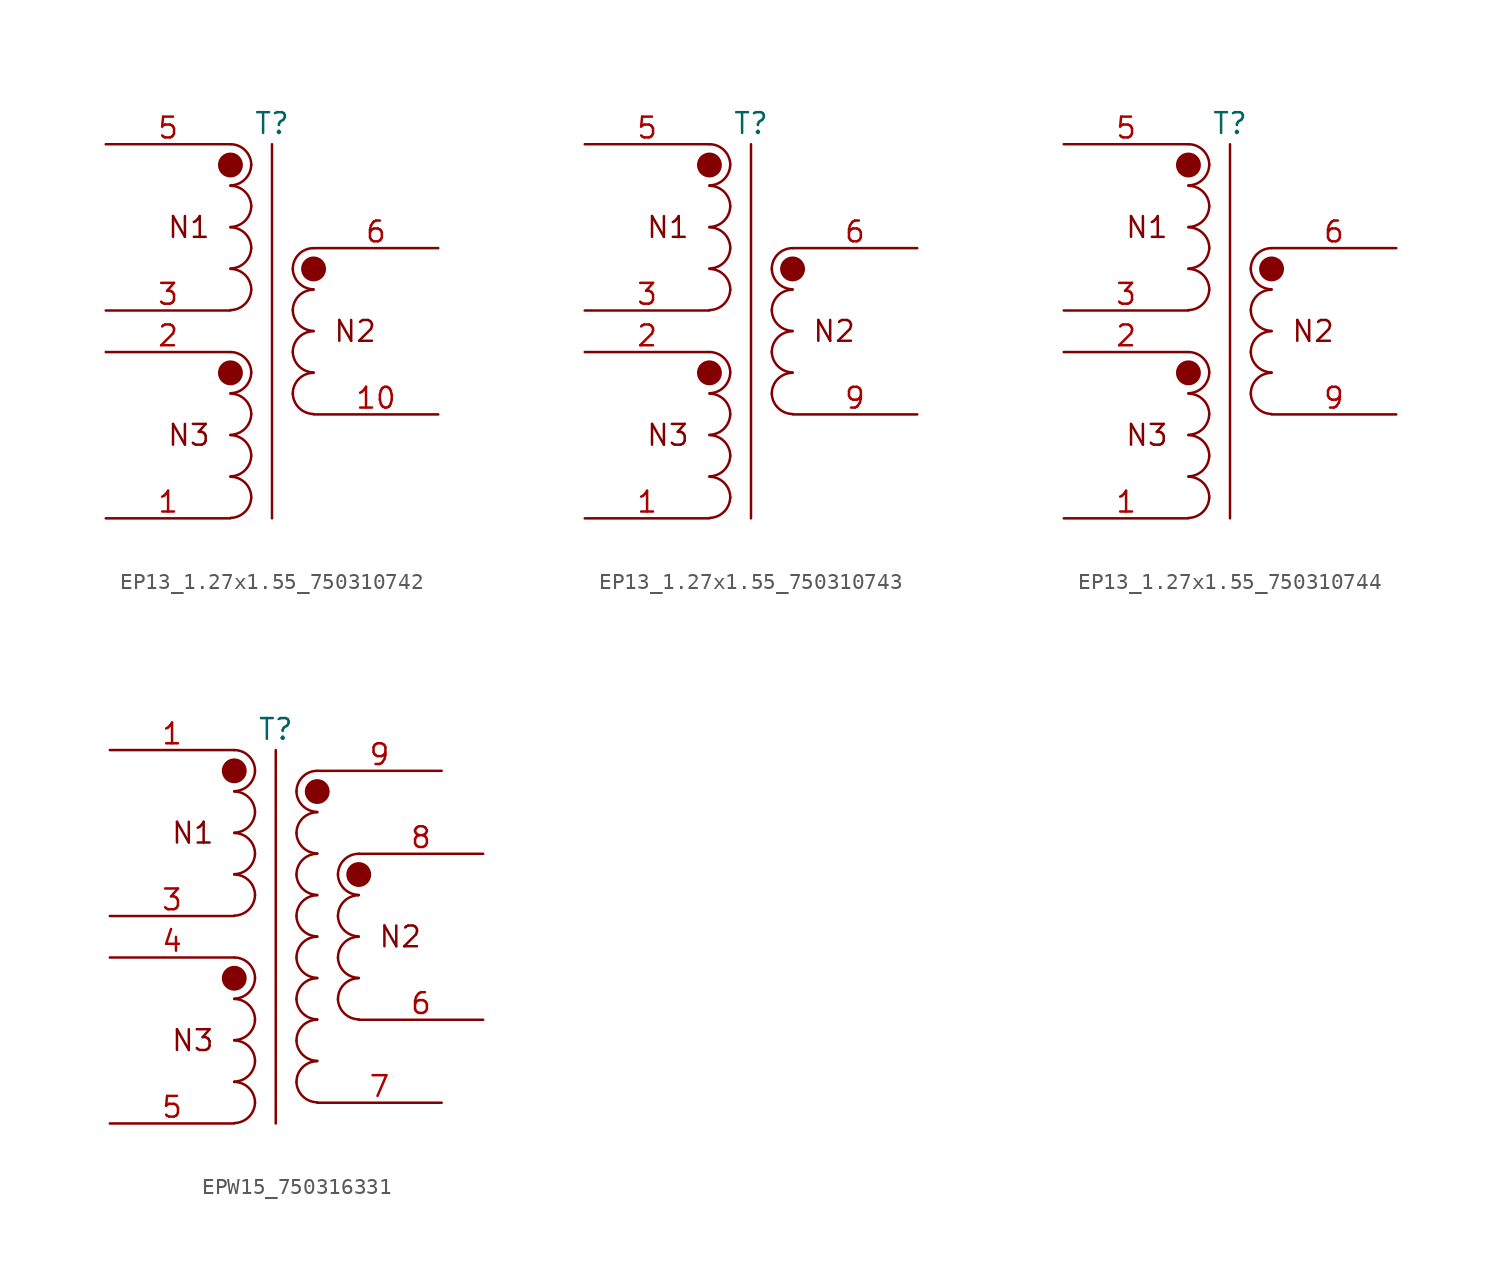
<source format=kicad_sym>
(kicad_symbol_lib
  (version 20220914)
  (generator kicad_symbol_editor)
  (symbol "EP13_1.27x1.55_750310742"
    (pin_names hide)
    (property "Reference" "T"
      (at 0 12.7 0)
      (effects (font (size 1.27 1.27))))
    (property "Critical Parameter" ""
      (at 0 -5.08 0)
      (effects (font (size 1.27 1.27)) (justify left)))
    (symbol "EP13_1.27x1.55_750310742_0_1"
      (arc (start -2.54 -11.4046) (mid -1.6561 -11.0363) (end -1.27 -10.16) (stroke (width 0) (type default)) (fill (type none)))
      (arc (start -2.54 -8.8646) (mid -1.6561 -8.4963) (end -1.27 -7.62) (stroke (width 0) (type default)) (fill (type none)))
      (arc (start -2.54 -6.3246) (mid -1.6561 -5.9563) (end -1.27 -5.08) (stroke (width 0) (type default)) (fill (type none)))
      (arc (start -2.54 -3.7846) (mid -1.6561 -3.4163) (end -1.27 -2.54) (stroke (width 0) (type default)) (fill (type none)))
      (arc (start -2.54 1.2954) (mid -1.6561 1.6637) (end -1.27 2.54) (stroke (width 0) (type default)) (fill (type none)))
      (arc (start -2.54 3.8354) (mid -1.6561 4.2037) (end -1.27 5.08) (stroke (width 0) (type default)) (fill (type none)))
      (arc (start -2.54 6.3754) (mid -1.6561 6.7437) (end -1.27 7.62) (stroke (width 0) (type default)) (fill (type none)))
      (arc (start -2.54 8.9154) (mid -1.6561 9.2837) (end -1.27 10.16) (stroke (width 0) (type default)) (fill (type none)))
      (arc (start -1.27 -10.16) (mid -1.642 -9.262) (end -2.54 -8.89) (stroke (width 0) (type default)) (fill (type none)))
      (arc (start -1.27 -7.62) (mid -1.642 -6.722) (end -2.54 -6.35) (stroke (width 0) (type default)) (fill (type none)))
      (arc (start -1.27 -5.08) (mid -1.642 -4.182) (end -2.54 -3.81) (stroke (width 0) (type default)) (fill (type none)))
      (arc (start -1.27 -2.54) (mid -1.642 -1.642) (end -2.54 -1.27) (stroke (width 0) (type default)) (fill (type none)))
      (arc (start -1.27 2.54) (mid -1.642 3.438) (end -2.54 3.81) (stroke (width 0) (type default)) (fill (type none)))
      (arc (start -1.27 5.08) (mid -1.642 5.978) (end -2.54 6.35) (stroke (width 0) (type default)) (fill (type none)))
      (arc (start -1.27 7.62) (mid -1.642 8.518) (end -2.54 8.89) (stroke (width 0) (type default)) (fill (type none)))
      (arc (start -1.27 10.16) (mid -1.642 11.058) (end -2.54 11.43) (stroke (width 0) (type default)) (fill (type none)))
      (polyline (pts (xy 0 -11.43) (xy 0 11.43)) (stroke (width 0) (type default)) (fill (type none)))
      (arc (start 1.27 -3.81) (mid 1.6561 -4.6863) (end 2.54 -5.0546) (stroke (width 0) (type default)) (fill (type none)))
      (arc (start 1.27 -1.27) (mid 1.6561 -2.1463) (end 2.54 -2.5146) (stroke (width 0) (type default)) (fill (type none)))
      (arc (start 1.27 1.27) (mid 1.6561 0.3937) (end 2.54 0.0254) (stroke (width 0) (type default)) (fill (type none)))
      (arc (start 1.27 3.81) (mid 1.6561 2.9337) (end 2.54 2.5654) (stroke (width 0) (type default)) (fill (type none)))
      (arc (start 2.54 -2.54) (mid 1.642 -2.912) (end 1.27 -3.81) (stroke (width 0) (type default)) (fill (type none)))
      (arc (start 2.54 0) (mid 1.642 -0.372) (end 1.27 -1.27) (stroke (width 0) (type default)) (fill (type none)))
      (arc (start 2.54 2.54) (mid 1.642 2.168) (end 1.27 1.27) (stroke (width 0) (type default)) (fill (type none)))
      (arc (start 2.54 5.08) (mid 1.642 4.708) (end 1.27 3.81) (stroke (width 0) (type default)) (fill (type none))))
    (symbol "EP13_1.27x1.55_750310742_1_1"
      (circle (center -2.54 -2.54) (radius 0.0001) (stroke (width 0.762) (type default)) (fill (type none)))
      (circle (center -2.54 10.16) (radius 0.0001) (stroke (width 0.762) (type default)) (fill (type none)))
      (circle (center 2.54 3.81) (radius 0.0001) (stroke (width 0.762) (type default)) (fill (type none)))
      (text "N1" (at -5.08 6.35 0) (effects (font (size 1.27 1.27))))
      (text "N2" (at 5.08 0 0) (effects (font (size 1.27 1.27))))
      (text "N3" (at -5.08 -6.35 0) (effects (font (size 1.27 1.27))))
      (pin passive line (at -10.16 -11.43 0) (length 7.62) (name "1" (effects (font (size 1.27 1.27)))) (number "1" (effects (font (size 1.27 1.27)))))
      (pin passive line (at 10.16 -5.08 180) (length 7.62) (name "10" (effects (font (size 1.27 1.27)))) (number "10" (effects (font (size 1.27 1.27)))))
      (pin passive line (at -10.16 -1.27 0) (length 7.62) (name "2" (effects (font (size 1.27 1.27)))) (number "2" (effects (font (size 1.27 1.27)))))
      (pin passive line (at -10.16 1.27 0) (length 7.62) (name "3" (effects (font (size 1.27 1.27)))) (number "3" (effects (font (size 1.27 1.27)))))
      (pin passive line (at -10.16 11.43 0) (length 7.62) (name "5" (effects (font (size 1.27 1.27)))) (number "5" (effects (font (size 1.27 1.27)))))
      (pin passive line (at 10.16 5.08 180) (length 7.62) (name "6" (effects (font (size 1.27 1.27)))) (number "6" (effects (font (size 1.27 1.27)))))))
  (symbol "EP13_1.27x1.55_750310743"
    (pin_names hide)
    (property "Reference" "T"
      (at 0 12.7 0)
      (effects (font (size 1.27 1.27))))
    (property "Critical Parameter" ""
      (at 0 -5.08 0)
      (effects (font (size 1.27 1.27)) (justify left)))
    (symbol "EP13_1.27x1.55_750310743_0_1"
      (arc (start -2.54 -11.4046) (mid -1.6561 -11.0363) (end -1.27 -10.16) (stroke (width 0) (type default)) (fill (type none)))
      (arc (start -2.54 -8.8646) (mid -1.6561 -8.4963) (end -1.27 -7.62) (stroke (width 0) (type default)) (fill (type none)))
      (arc (start -2.54 -6.3246) (mid -1.6561 -5.9563) (end -1.27 -5.08) (stroke (width 0) (type default)) (fill (type none)))
      (arc (start -2.54 -3.7846) (mid -1.6561 -3.4163) (end -1.27 -2.54) (stroke (width 0) (type default)) (fill (type none)))
      (arc (start -2.54 1.2954) (mid -1.6561 1.6637) (end -1.27 2.54) (stroke (width 0) (type default)) (fill (type none)))
      (arc (start -2.54 3.8354) (mid -1.6561 4.2037) (end -1.27 5.08) (stroke (width 0) (type default)) (fill (type none)))
      (arc (start -2.54 6.3754) (mid -1.6561 6.7437) (end -1.27 7.62) (stroke (width 0) (type default)) (fill (type none)))
      (arc (start -2.54 8.9154) (mid -1.6561 9.2837) (end -1.27 10.16) (stroke (width 0) (type default)) (fill (type none)))
      (arc (start -1.27 -10.16) (mid -1.642 -9.262) (end -2.54 -8.89) (stroke (width 0) (type default)) (fill (type none)))
      (arc (start -1.27 -7.62) (mid -1.642 -6.722) (end -2.54 -6.35) (stroke (width 0) (type default)) (fill (type none)))
      (arc (start -1.27 -5.08) (mid -1.642 -4.182) (end -2.54 -3.81) (stroke (width 0) (type default)) (fill (type none)))
      (arc (start -1.27 -2.54) (mid -1.642 -1.642) (end -2.54 -1.27) (stroke (width 0) (type default)) (fill (type none)))
      (arc (start -1.27 2.54) (mid -1.642 3.438) (end -2.54 3.81) (stroke (width 0) (type default)) (fill (type none)))
      (arc (start -1.27 5.08) (mid -1.642 5.978) (end -2.54 6.35) (stroke (width 0) (type default)) (fill (type none)))
      (arc (start -1.27 7.62) (mid -1.642 8.518) (end -2.54 8.89) (stroke (width 0) (type default)) (fill (type none)))
      (arc (start -1.27 10.16) (mid -1.642 11.058) (end -2.54 11.43) (stroke (width 0) (type default)) (fill (type none)))
      (polyline (pts (xy 0 -11.43) (xy 0 11.43)) (stroke (width 0) (type default)) (fill (type none)))
      (arc (start 1.27 -3.81) (mid 1.6561 -4.6863) (end 2.54 -5.0546) (stroke (width 0) (type default)) (fill (type none)))
      (arc (start 1.27 -1.27) (mid 1.6561 -2.1463) (end 2.54 -2.5146) (stroke (width 0) (type default)) (fill (type none)))
      (arc (start 1.27 1.27) (mid 1.6561 0.3937) (end 2.54 0.0254) (stroke (width 0) (type default)) (fill (type none)))
      (arc (start 1.27 3.81) (mid 1.6561 2.9337) (end 2.54 2.5654) (stroke (width 0) (type default)) (fill (type none)))
      (arc (start 2.54 -2.54) (mid 1.642 -2.912) (end 1.27 -3.81) (stroke (width 0) (type default)) (fill (type none)))
      (arc (start 2.54 0) (mid 1.642 -0.372) (end 1.27 -1.27) (stroke (width 0) (type default)) (fill (type none)))
      (arc (start 2.54 2.54) (mid 1.642 2.168) (end 1.27 1.27) (stroke (width 0) (type default)) (fill (type none)))
      (arc (start 2.54 5.08) (mid 1.642 4.708) (end 1.27 3.81) (stroke (width 0) (type default)) (fill (type none))))
    (symbol "EP13_1.27x1.55_750310743_1_1"
      (circle (center -2.54 -2.54) (radius 0.0001) (stroke (width 0.762) (type default)) (fill (type none)))
      (circle (center -2.54 10.16) (radius 0.0001) (stroke (width 0.762) (type default)) (fill (type none)))
      (circle (center 2.54 3.81) (radius 0.0001) (stroke (width 0.762) (type default)) (fill (type none)))
      (text "N1" (at -5.08 6.35 0) (effects (font (size 1.27 1.27))))
      (text "N2" (at 5.08 0 0) (effects (font (size 1.27 1.27))))
      (text "N3" (at -5.08 -6.35 0) (effects (font (size 1.27 1.27))))
      (pin passive line (at -10.16 -11.43 0) (length 7.62) (name "1" (effects (font (size 1.27 1.27)))) (number "1" (effects (font (size 1.27 1.27)))))
      (pin passive line (at 10.16 -5.08 180) (length 7.62) hide (name "10" (effects (font (size 1.27 1.27)))) (number "10" (effects (font (size 1.27 1.27)))))
      (pin passive line (at -10.16 -1.27 0) (length 7.62) (name "2" (effects (font (size 1.27 1.27)))) (number "2" (effects (font (size 1.27 1.27)))))
      (pin passive line (at -10.16 1.27 0) (length 7.62) (name "3" (effects (font (size 1.27 1.27)))) (number "3" (effects (font (size 1.27 1.27)))))
      (pin passive line (at -10.16 11.43 0) (length 7.62) (name "5" (effects (font (size 1.27 1.27)))) (number "5" (effects (font (size 1.27 1.27)))))
      (pin passive line (at 10.16 5.08 180) (length 7.62) (name "6" (effects (font (size 1.27 1.27)))) (number "6" (effects (font (size 1.27 1.27)))))
      (pin passive line (at 10.16 5.08 180) (length 7.62) hide (name "7" (effects (font (size 1.27 1.27)))) (number "7" (effects (font (size 1.27 1.27)))))
      (pin passive line (at 10.16 -5.08 180) (length 7.62) (name "9" (effects (font (size 1.27 1.27)))) (number "9" (effects (font (size 1.27 1.27)))))))
  (symbol "EP13_1.27x1.55_750310744"
    (pin_names hide)
    (property "Reference" "T"
      (at 0 12.7 0)
      (effects (font (size 1.27 1.27))))
    (property "Critical Parameter" ""
      (at 0 -5.08 0)
      (effects (font (size 1.27 1.27)) (justify left)))
    (symbol "EP13_1.27x1.55_750310744_0_1"
      (arc (start -2.54 -11.4046) (mid -1.6561 -11.0363) (end -1.27 -10.16) (stroke (width 0) (type default)) (fill (type none)))
      (arc (start -2.54 -8.8646) (mid -1.6561 -8.4963) (end -1.27 -7.62) (stroke (width 0) (type default)) (fill (type none)))
      (arc (start -2.54 -6.3246) (mid -1.6561 -5.9563) (end -1.27 -5.08) (stroke (width 0) (type default)) (fill (type none)))
      (arc (start -2.54 -3.7846) (mid -1.6561 -3.4163) (end -1.27 -2.54) (stroke (width 0) (type default)) (fill (type none)))
      (arc (start -2.54 1.2954) (mid -1.6561 1.6637) (end -1.27 2.54) (stroke (width 0) (type default)) (fill (type none)))
      (arc (start -2.54 3.8354) (mid -1.6561 4.2037) (end -1.27 5.08) (stroke (width 0) (type default)) (fill (type none)))
      (arc (start -2.54 6.3754) (mid -1.6561 6.7437) (end -1.27 7.62) (stroke (width 0) (type default)) (fill (type none)))
      (arc (start -2.54 8.9154) (mid -1.6561 9.2837) (end -1.27 10.16) (stroke (width 0) (type default)) (fill (type none)))
      (arc (start -1.27 -10.16) (mid -1.642 -9.262) (end -2.54 -8.89) (stroke (width 0) (type default)) (fill (type none)))
      (arc (start -1.27 -7.62) (mid -1.642 -6.722) (end -2.54 -6.35) (stroke (width 0) (type default)) (fill (type none)))
      (arc (start -1.27 -5.08) (mid -1.642 -4.182) (end -2.54 -3.81) (stroke (width 0) (type default)) (fill (type none)))
      (arc (start -1.27 -2.54) (mid -1.642 -1.642) (end -2.54 -1.27) (stroke (width 0) (type default)) (fill (type none)))
      (arc (start -1.27 2.54) (mid -1.642 3.438) (end -2.54 3.81) (stroke (width 0) (type default)) (fill (type none)))
      (arc (start -1.27 5.08) (mid -1.642 5.978) (end -2.54 6.35) (stroke (width 0) (type default)) (fill (type none)))
      (arc (start -1.27 7.62) (mid -1.642 8.518) (end -2.54 8.89) (stroke (width 0) (type default)) (fill (type none)))
      (arc (start -1.27 10.16) (mid -1.642 11.058) (end -2.54 11.43) (stroke (width 0) (type default)) (fill (type none)))
      (polyline (pts (xy 0 -11.43) (xy 0 11.43)) (stroke (width 0) (type default)) (fill (type none)))
      (arc (start 1.27 -3.81) (mid 1.6561 -4.6863) (end 2.54 -5.0546) (stroke (width 0) (type default)) (fill (type none)))
      (arc (start 1.27 -1.27) (mid 1.6561 -2.1463) (end 2.54 -2.5146) (stroke (width 0) (type default)) (fill (type none)))
      (arc (start 1.27 1.27) (mid 1.6561 0.3937) (end 2.54 0.0254) (stroke (width 0) (type default)) (fill (type none)))
      (arc (start 1.27 3.81) (mid 1.6561 2.9337) (end 2.54 2.5654) (stroke (width 0) (type default)) (fill (type none)))
      (arc (start 2.54 -2.54) (mid 1.642 -2.912) (end 1.27 -3.81) (stroke (width 0) (type default)) (fill (type none)))
      (arc (start 2.54 0) (mid 1.642 -0.372) (end 1.27 -1.27) (stroke (width 0) (type default)) (fill (type none)))
      (arc (start 2.54 2.54) (mid 1.642 2.168) (end 1.27 1.27) (stroke (width 0) (type default)) (fill (type none)))
      (arc (start 2.54 5.08) (mid 1.642 4.708) (end 1.27 3.81) (stroke (width 0) (type default)) (fill (type none))))
    (symbol "EP13_1.27x1.55_750310744_1_1"
      (circle (center -2.54 -2.54) (radius 0.0001) (stroke (width 0.762) (type default)) (fill (type none)))
      (circle (center -2.54 10.16) (radius 0.0001) (stroke (width 0.762) (type default)) (fill (type none)))
      (circle (center 2.54 3.81) (radius 0.0001) (stroke (width 0.762) (type default)) (fill (type none)))
      (text "N1" (at -5.08 6.35 0) (effects (font (size 1.27 1.27))))
      (text "N2" (at 5.08 0 0) (effects (font (size 1.27 1.27))))
      (text "N3" (at -5.08 -6.35 0) (effects (font (size 1.27 1.27))))
      (pin passive line (at -10.16 -11.43 0) (length 7.62) (name "1" (effects (font (size 1.27 1.27)))) (number "1" (effects (font (size 1.27 1.27)))))
      (pin passive line (at 10.16 -5.08 180) (length 7.62) hide (name "10" (effects (font (size 1.27 1.27)))) (number "10" (effects (font (size 1.27 1.27)))))
      (pin passive line (at -10.16 -1.27 0) (length 7.62) (name "2" (effects (font (size 1.27 1.27)))) (number "2" (effects (font (size 1.27 1.27)))))
      (pin passive line (at -10.16 1.27 0) (length 7.62) (name "3" (effects (font (size 1.27 1.27)))) (number "3" (effects (font (size 1.27 1.27)))))
      (pin passive line (at -10.16 11.43 0) (length 7.62) (name "5" (effects (font (size 1.27 1.27)))) (number "5" (effects (font (size 1.27 1.27)))))
      (pin passive line (at 10.16 5.08 180) (length 7.62) (name "6" (effects (font (size 1.27 1.27)))) (number "6" (effects (font (size 1.27 1.27)))))
      (pin passive line (at 10.16 5.08 180) (length 7.62) hide (name "7" (effects (font (size 1.27 1.27)))) (number "7" (effects (font (size 1.27 1.27)))))
      (pin passive line (at 10.16 -5.08 180) (length 7.62) (name "9" (effects (font (size 1.27 1.27)))) (number "9" (effects (font (size 1.27 1.27)))))))
  (symbol "EPW15_750316331"
    (pin_names hide)
    (property "Reference" "T"
      (at 0 12.7 0)
      (effects (font (size 1.27 1.27))))
    (property "Critical Parameter" ""
      (at 0 -5.08 0)
      (effects (font (size 1.27 1.27)) (justify left)))
    (symbol "EPW15_750316331_0_1"
      (arc (start -2.54 -11.4046) (mid -1.6561 -11.0363) (end -1.27 -10.16) (stroke (width 0) (type default)) (fill (type none)))
      (arc (start -2.54 -8.8646) (mid -1.6561 -8.4963) (end -1.27 -7.62) (stroke (width 0) (type default)) (fill (type none)))
      (arc (start -2.54 -6.3246) (mid -1.6561 -5.9563) (end -1.27 -5.08) (stroke (width 0) (type default)) (fill (type none)))
      (arc (start -2.54 -3.7846) (mid -1.6561 -3.4163) (end -1.27 -2.54) (stroke (width 0) (type default)) (fill (type none)))
      (arc (start -2.54 1.2954) (mid -1.6561 1.6637) (end -1.27 2.54) (stroke (width 0) (type default)) (fill (type none)))
      (arc (start -2.54 3.8354) (mid -1.6561 4.2037) (end -1.27 5.08) (stroke (width 0) (type default)) (fill (type none)))
      (arc (start -2.54 6.3754) (mid -1.6561 6.7437) (end -1.27 7.62) (stroke (width 0) (type default)) (fill (type none)))
      (arc (start -2.54 8.9154) (mid -1.6561 9.2837) (end -1.27 10.16) (stroke (width 0) (type default)) (fill (type none)))
      (arc (start -1.27 -10.16) (mid -1.642 -9.262) (end -2.54 -8.89) (stroke (width 0) (type default)) (fill (type none)))
      (arc (start -1.27 -7.62) (mid -1.642 -6.722) (end -2.54 -6.35) (stroke (width 0) (type default)) (fill (type none)))
      (arc (start -1.27 -5.08) (mid -1.642 -4.182) (end -2.54 -3.81) (stroke (width 0) (type default)) (fill (type none)))
      (arc (start -1.27 -2.54) (mid -1.642 -1.642) (end -2.54 -1.27) (stroke (width 0) (type default)) (fill (type none)))
      (arc (start -1.27 2.54) (mid -1.642 3.438) (end -2.54 3.81) (stroke (width 0) (type default)) (fill (type none)))
      (arc (start -1.27 5.08) (mid -1.642 5.978) (end -2.54 6.35) (stroke (width 0) (type default)) (fill (type none)))
      (arc (start -1.27 7.62) (mid -1.642 8.518) (end -2.54 8.89) (stroke (width 0) (type default)) (fill (type none)))
      (arc (start -1.27 10.16) (mid -1.642 11.058) (end -2.54 11.43) (stroke (width 0) (type default)) (fill (type none)))
      (polyline (pts (xy 0 -11.43) (xy 0 11.43)) (stroke (width 0) (type default)) (fill (type none)))
      (arc (start 1.27 -8.89) (mid 1.656 -9.7664) (end 2.54 -10.1346) (stroke (width 0) (type default)) (fill (type none)))
      (arc (start 1.27 -6.35) (mid 1.656 -7.2264) (end 2.54 -7.5946) (stroke (width 0) (type default)) (fill (type none)))
      (arc (start 1.27 -3.81) (mid 1.656 -4.6864) (end 2.54 -5.0546) (stroke (width 0) (type default)) (fill (type none)))
      (arc (start 1.27 -1.27) (mid 1.656 -2.1464) (end 2.54 -2.5146) (stroke (width 0) (type default)) (fill (type none)))
      (arc (start 1.27 1.27) (mid 1.656 0.3936) (end 2.54 0.0254) (stroke (width 0) (type default)) (fill (type none)))
      (arc (start 1.27 3.81) (mid 1.656 2.9336) (end 2.54 2.5654) (stroke (width 0) (type default)) (fill (type none)))
      (arc (start 1.27 6.35) (mid 1.656 5.4736) (end 2.54 5.1054) (stroke (width 0) (type default)) (fill (type none)))
      (arc (start 1.27 8.89) (mid 1.656 8.0136) (end 2.54 7.6454) (stroke (width 0) (type default)) (fill (type none)))
      (arc (start 2.54 -7.62) (mid 1.642 -7.992) (end 1.27 -8.89) (stroke (width 0) (type default)) (fill (type none)))
      (arc (start 2.54 -5.08) (mid 1.642 -5.452) (end 1.27 -6.35) (stroke (width 0) (type default)) (fill (type none)))
      (arc (start 2.54 -2.54) (mid 1.642 -2.912) (end 1.27 -3.81) (stroke (width 0) (type default)) (fill (type none)))
      (arc (start 2.54 0) (mid 1.642 -0.372) (end 1.27 -1.27) (stroke (width 0) (type default)) (fill (type none)))
      (arc (start 2.54 2.54) (mid 1.642 2.168) (end 1.27 1.27) (stroke (width 0) (type default)) (fill (type none)))
      (arc (start 2.54 5.08) (mid 1.642 4.708) (end 1.27 3.81) (stroke (width 0) (type default)) (fill (type none)))
      (arc (start 2.54 7.62) (mid 1.642 7.248) (end 1.27 6.35) (stroke (width 0) (type default)) (fill (type none)))
      (arc (start 2.54 10.16) (mid 1.642 9.788) (end 1.27 8.89) (stroke (width 0) (type default)) (fill (type none)))
      (arc (start 3.81 -3.81) (mid 4.1961 -4.6863) (end 5.08 -5.0546) (stroke (width 0) (type default)) (fill (type none)))
      (arc (start 3.81 -1.27) (mid 4.1961 -2.1463) (end 5.08 -2.5146) (stroke (width 0) (type default)) (fill (type none)))
      (arc (start 3.81 1.27) (mid 4.1961 0.3937) (end 5.08 0.0254) (stroke (width 0) (type default)) (fill (type none)))
      (arc (start 3.81 3.81) (mid 4.1961 2.9337) (end 5.08 2.5654) (stroke (width 0) (type default)) (fill (type none)))
      (arc (start 5.08 -2.54) (mid 4.182 -2.912) (end 3.81 -3.81) (stroke (width 0) (type default)) (fill (type none)))
      (arc (start 5.08 0) (mid 4.182 -0.372) (end 3.81 -1.27) (stroke (width 0) (type default)) (fill (type none)))
      (arc (start 5.08 2.54) (mid 4.182 2.168) (end 3.81 1.27) (stroke (width 0) (type default)) (fill (type none)))
      (arc (start 5.08 5.08) (mid 4.182 4.708) (end 3.81 3.81) (stroke (width 0) (type default)) (fill (type none))))
    (symbol "EPW15_750316331_1_1"
      (circle (center -2.54 -2.54) (radius 0.0001) (stroke (width 0.762) (type default)) (fill (type none)))
      (circle (center -2.54 10.16) (radius 0.0001) (stroke (width 0.762) (type default)) (fill (type none)))
      (circle (center 2.54 8.89) (radius 0.0001) (stroke (width 0.762) (type default)) (fill (type none)))
      (circle (center 5.08 3.81) (radius 0.0001) (stroke (width 0.762) (type default)) (fill (type none)))
      (text "N1" (at -5.08 6.35 0) (effects (font (size 1.27 1.27))))
      (text "N2" (at 7.62 0 0) (effects (font (size 1.27 1.27))))
      (text "N3" (at -5.08 -6.35 0) (effects (font (size 1.27 1.27))))
      (pin passive line (at -10.16 11.43 0) (length 7.62) (name "1" (effects (font (size 1.27 1.27)))) (number "1" (effects (font (size 1.27 1.27)))))
      (pin passive line (at -10.16 1.27 0) (length 7.62) (name "3" (effects (font (size 1.27 1.27)))) (number "3" (effects (font (size 1.27 1.27)))))
      (pin passive line (at -10.16 -1.27 0) (length 7.62) (name "4" (effects (font (size 1.27 1.27)))) (number "4" (effects (font (size 1.27 1.27)))))
      (pin passive line (at -10.16 -11.43 0) (length 7.62) (name "5" (effects (font (size 1.27 1.27)))) (number "5" (effects (font (size 1.27 1.27)))))
      (pin passive line (at 12.7 -5.08 180) (length 7.62) (name "6" (effects (font (size 1.27 1.27)))) (number "6" (effects (font (size 1.27 1.27)))))
      (pin passive line (at 10.16 -10.16 180) (length 7.62) (name "7" (effects (font (size 1.27 1.27)))) (number "7" (effects (font (size 1.27 1.27)))))
      (pin passive line (at 12.7 5.08 180) (length 7.62) (name "8" (effects (font (size 1.27 1.27)))) (number "8" (effects (font (size 1.27 1.27)))))
      (pin passive line (at 10.16 10.16 180) (length 7.62) (name "9" (effects (font (size 1.27 1.27)))) (number "9" (effects (font (size 1.27 1.27))))))))
</source>
